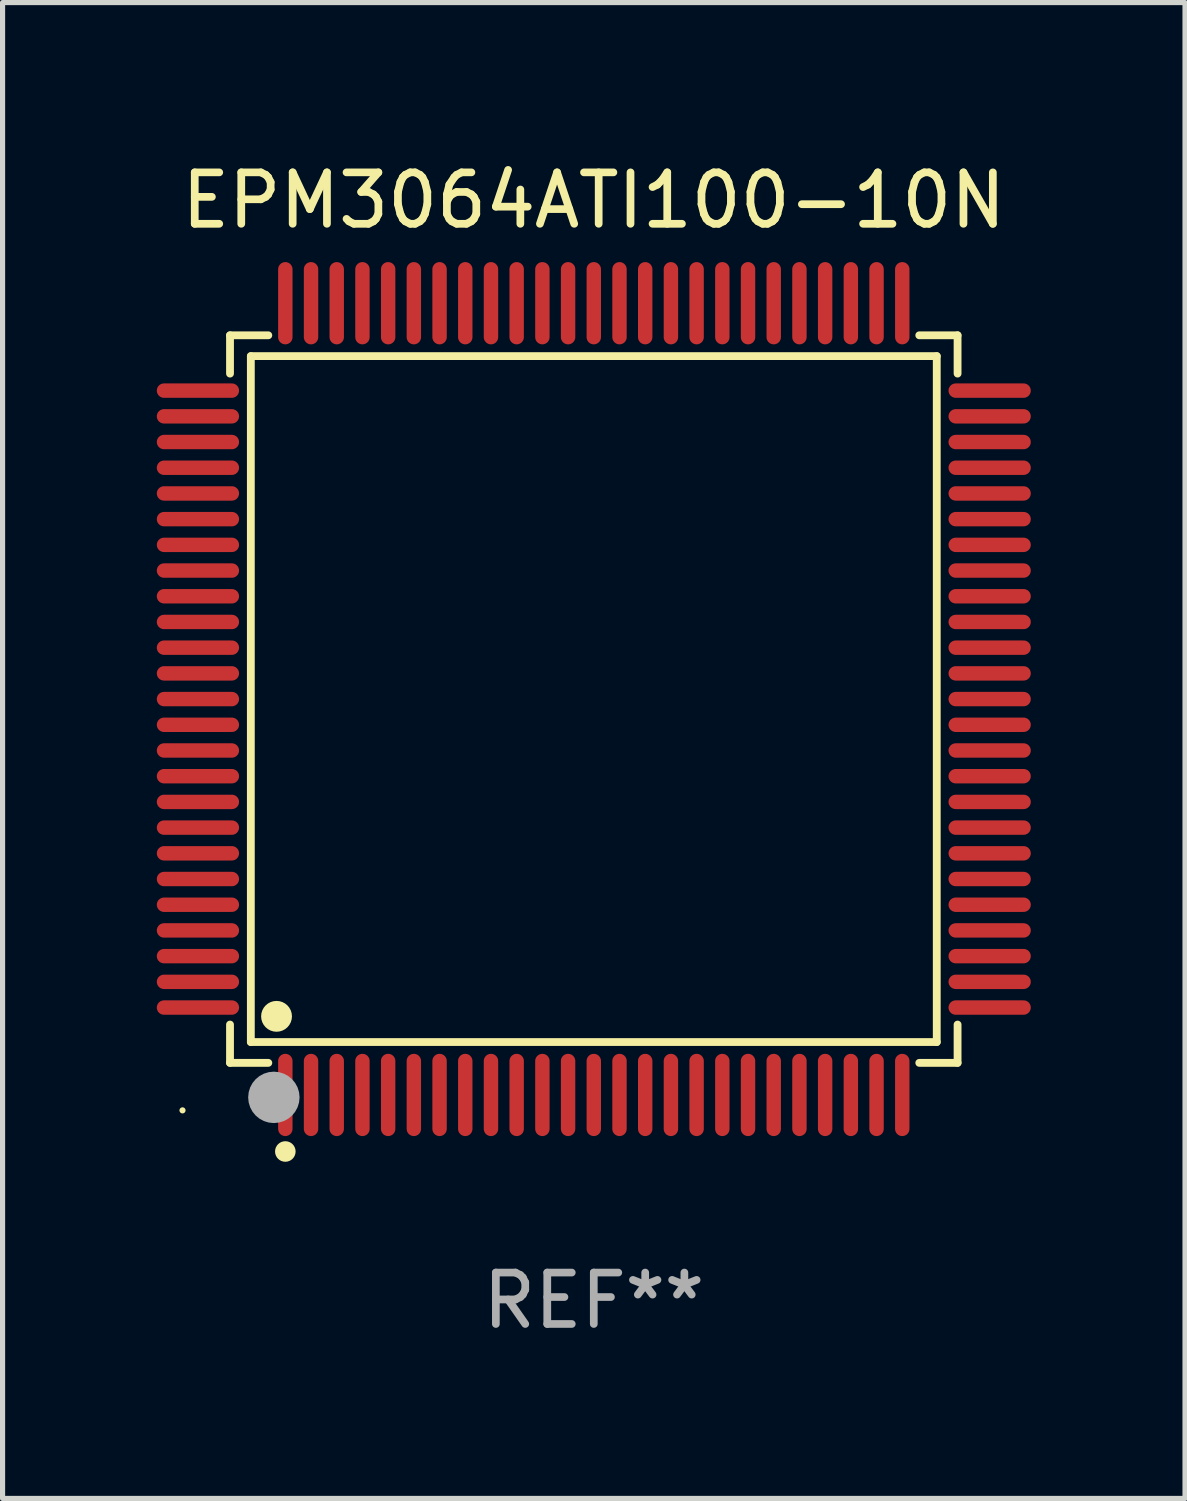
<source format=kicad_pcb>
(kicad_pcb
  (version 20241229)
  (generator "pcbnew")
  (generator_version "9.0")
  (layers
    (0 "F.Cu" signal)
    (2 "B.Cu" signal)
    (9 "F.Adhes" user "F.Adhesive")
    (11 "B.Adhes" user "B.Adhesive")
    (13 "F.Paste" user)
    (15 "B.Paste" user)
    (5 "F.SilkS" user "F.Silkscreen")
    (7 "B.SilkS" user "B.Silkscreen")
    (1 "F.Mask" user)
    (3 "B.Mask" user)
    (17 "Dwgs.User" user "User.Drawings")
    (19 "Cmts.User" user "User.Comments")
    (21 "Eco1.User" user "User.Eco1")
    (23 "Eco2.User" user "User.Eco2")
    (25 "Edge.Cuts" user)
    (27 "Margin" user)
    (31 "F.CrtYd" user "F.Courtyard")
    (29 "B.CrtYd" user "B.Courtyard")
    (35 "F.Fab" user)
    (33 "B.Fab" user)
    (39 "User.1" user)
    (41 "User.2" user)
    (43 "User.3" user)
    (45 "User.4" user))
  (footprint "EPM3064ATI100-10N"
    (layer "F.Cu")
    (at 8.5 10.548)
    (property "Reference" "EPM3064ATI100-10N" (at 0 -9.7 0) (layer "F.SilkS") (effects (font (size 1 1) (thickness 0.15))))
    (attr through_hole)
    (fp_line (start -7.076 -7.076) (end -6.331 -7.076) (stroke (width 0.152) (type solid)) (layer "F.SilkS"))
    (fp_line (start -7.076 -6.331) (end -7.076 -7.076) (stroke (width 0.152) (type solid)) (layer "F.SilkS"))
    (fp_line (start -7.076 6.331) (end -7.076 7.076) (stroke (width 0.152) (type solid)) (layer "F.SilkS"))
    (fp_line (start -7.076 7.076) (end -6.331 7.076) (stroke (width 0.152) (type solid)) (layer "F.SilkS"))
    (fp_line (start -6.671 -6.671) (end 6.671 -6.671) (stroke (width 0.152) (type solid)) (layer "F.SilkS"))
    (fp_line (start -6.671 6.671) (end -6.671 -6.671) (stroke (width 0.152) (type solid)) (layer "F.SilkS"))
    (fp_line (start 6.671 -6.671) (end 6.671 6.671) (stroke (width 0.152) (type solid)) (layer "F.SilkS"))
    (fp_line (start 6.671 6.671) (end -6.671 6.671) (stroke (width 0.152) (type solid)) (layer "F.SilkS"))
    (fp_line (start 7.076 -7.076) (end 6.331 -7.076) (stroke (width 0.152) (type solid)) (layer "F.SilkS"))
    (fp_line (start 7.076 -6.331) (end 7.076 -7.076) (stroke (width 0.152) (type solid)) (layer "F.SilkS"))
    (fp_line (start 7.076 6.331) (end 7.076 7.076) (stroke (width 0.152) (type solid)) (layer "F.SilkS"))
    (fp_line (start 7.076 7.076) (end 6.331 7.076) (stroke (width 0.152) (type solid)) (layer "F.SilkS"))
    (fp_circle (center -8 8) (end -7.97 8) (stroke (width 0.06) (type solid)) (fill no) (layer "F.SilkS"))
    (fp_circle (center -6.171 6.171) (end -6.021 6.171) (stroke (width 0.3) (type solid)) (fill no) (layer "F.SilkS"))
    (fp_circle (center -6 8.8) (end -5.9 8.8) (stroke (width 0.2) (type solid)) (fill no) (layer "F.SilkS"))
    (fp_circle (center -6.223 7.747) (end -5.973 7.747) (stroke (width 0.5) (type solid)) (fill no) (layer "F.Fab"))
    (fp_text user "REF**" (at 0 11.7 0) (layer "F.Fab") (effects (font (size 1 1) (thickness 0.15))))
    (pad "1" smd oval (at -6 7.7) (size 0.28 1.6) (layers "F.Cu" "F.Mask" "F.Paste"))
    (pad "2" smd oval (at -5.5 7.7) (size 0.28 1.6) (layers "F.Cu" "F.Mask" "F.Paste"))
    (pad "3" smd oval (at -5 7.7) (size 0.28 1.6) (layers "F.Cu" "F.Mask" "F.Paste"))
    (pad "4" smd oval (at -4.5 7.7) (size 0.28 1.6) (layers "F.Cu" "F.Mask" "F.Paste"))
    (pad "5" smd oval (at -4 7.7) (size 0.28 1.6) (layers "F.Cu" "F.Mask" "F.Paste"))
    (pad "6" smd oval (at -3.5 7.7) (size 0.28 1.6) (layers "F.Cu" "F.Mask" "F.Paste"))
    (pad "7" smd oval (at -3 7.7) (size 0.28 1.6) (layers "F.Cu" "F.Mask" "F.Paste"))
    (pad "8" smd oval (at -2.5 7.7) (size 0.28 1.6) (layers "F.Cu" "F.Mask" "F.Paste"))
    (pad "9" smd oval (at -2 7.7) (size 0.28 1.6) (layers "F.Cu" "F.Mask" "F.Paste"))
    (pad "10" smd oval (at -1.5 7.7) (size 0.28 1.6) (layers "F.Cu" "F.Mask" "F.Paste"))
    (pad "11" smd oval (at -1 7.7) (size 0.28 1.6) (layers "F.Cu" "F.Mask" "F.Paste"))
    (pad "12" smd oval (at -0.5 7.7) (size 0.28 1.6) (layers "F.Cu" "F.Mask" "F.Paste"))
    (pad "13" smd oval (at 0 7.7) (size 0.28 1.6) (layers "F.Cu" "F.Mask" "F.Paste"))
    (pad "14" smd oval (at 0.5 7.7) (size 0.28 1.6) (layers "F.Cu" "F.Mask" "F.Paste"))
    (pad "15" smd oval (at 1 7.7) (size 0.28 1.6) (layers "F.Cu" "F.Mask" "F.Paste"))
    (pad "16" smd oval (at 1.5 7.7) (size 0.28 1.6) (layers "F.Cu" "F.Mask" "F.Paste"))
    (pad "17" smd oval (at 2 7.7) (size 0.28 1.6) (layers "F.Cu" "F.Mask" "F.Paste"))
    (pad "18" smd oval (at 2.5 7.7) (size 0.28 1.6) (layers "F.Cu" "F.Mask" "F.Paste"))
    (pad "19" smd oval (at 3 7.7) (size 0.28 1.6) (layers "F.Cu" "F.Mask" "F.Paste"))
    (pad "20" smd oval (at 3.5 7.7) (size 0.28 1.6) (layers "F.Cu" "F.Mask" "F.Paste"))
    (pad "21" smd oval (at 4 7.7) (size 0.28 1.6) (layers "F.Cu" "F.Mask" "F.Paste"))
    (pad "22" smd oval (at 4.5 7.7) (size 0.28 1.6) (layers "F.Cu" "F.Mask" "F.Paste"))
    (pad "23" smd oval (at 5 7.7) (size 0.28 1.6) (layers "F.Cu" "F.Mask" "F.Paste"))
    (pad "24" smd oval (at 5.5 7.7) (size 0.28 1.6) (layers "F.Cu" "F.Mask" "F.Paste"))
    (pad "25" smd oval (at 6 7.7) (size 0.28 1.6) (layers "F.Cu" "F.Mask" "F.Paste"))
    (pad "26" smd oval (at 7.7 6) (size 1.6 0.28) (layers "F.Cu" "F.Mask" "F.Paste"))
    (pad "27" smd oval (at 7.7 5.5) (size 1.6 0.28) (layers "F.Cu" "F.Mask" "F.Paste"))
    (pad "28" smd oval (at 7.7 5) (size 1.6 0.28) (layers "F.Cu" "F.Mask" "F.Paste"))
    (pad "29" smd oval (at 7.7 4.5) (size 1.6 0.28) (layers "F.Cu" "F.Mask" "F.Paste"))
    (pad "30" smd oval (at 7.7 4) (size 1.6 0.28) (layers "F.Cu" "F.Mask" "F.Paste"))
    (pad "31" smd oval (at 7.7 3.5) (size 1.6 0.28) (layers "F.Cu" "F.Mask" "F.Paste"))
    (pad "32" smd oval (at 7.7 3) (size 1.6 0.28) (layers "F.Cu" "F.Mask" "F.Paste"))
    (pad "33" smd oval (at 7.7 2.5) (size 1.6 0.28) (layers "F.Cu" "F.Mask" "F.Paste"))
    (pad "34" smd oval (at 7.7 2) (size 1.6 0.28) (layers "F.Cu" "F.Mask" "F.Paste"))
    (pad "35" smd oval (at 7.7 1.5) (size 1.6 0.28) (layers "F.Cu" "F.Mask" "F.Paste"))
    (pad "36" smd oval (at 7.7 1) (size 1.6 0.28) (layers "F.Cu" "F.Mask" "F.Paste"))
    (pad "37" smd oval (at 7.7 0.5) (size 1.6 0.28) (layers "F.Cu" "F.Mask" "F.Paste"))
    (pad "38" smd oval (at 7.7 0) (size 1.6 0.28) (layers "F.Cu" "F.Mask" "F.Paste"))
    (pad "39" smd oval (at 7.7 -0.5) (size 1.6 0.28) (layers "F.Cu" "F.Mask" "F.Paste"))
    (pad "40" smd oval (at 7.7 -1) (size 1.6 0.28) (layers "F.Cu" "F.Mask" "F.Paste"))
    (pad "41" smd oval (at 7.7 -1.5) (size 1.6 0.28) (layers "F.Cu" "F.Mask" "F.Paste"))
    (pad "42" smd oval (at 7.7 -2) (size 1.6 0.28) (layers "F.Cu" "F.Mask" "F.Paste"))
    (pad "43" smd oval (at 7.7 -2.5) (size 1.6 0.28) (layers "F.Cu" "F.Mask" "F.Paste"))
    (pad "44" smd oval (at 7.7 -3) (size 1.6 0.28) (layers "F.Cu" "F.Mask" "F.Paste"))
    (pad "45" smd oval (at 7.7 -3.5) (size 1.6 0.28) (layers "F.Cu" "F.Mask" "F.Paste"))
    (pad "46" smd oval (at 7.7 -4) (size 1.6 0.28) (layers "F.Cu" "F.Mask" "F.Paste"))
    (pad "47" smd oval (at 7.7 -4.5) (size 1.6 0.28) (layers "F.Cu" "F.Mask" "F.Paste"))
    (pad "48" smd oval (at 7.7 -5) (size 1.6 0.28) (layers "F.Cu" "F.Mask" "F.Paste"))
    (pad "49" smd oval (at 7.7 -5.5) (size 1.6 0.28) (layers "F.Cu" "F.Mask" "F.Paste"))
    (pad "50" smd oval (at 7.7 -6) (size 1.6 0.28) (layers "F.Cu" "F.Mask" "F.Paste"))
    (pad "51" smd oval (at 6 -7.7) (size 0.28 1.6) (layers "F.Cu" "F.Mask" "F.Paste"))
    (pad "52" smd oval (at 5.5 -7.7) (size 0.28 1.6) (layers "F.Cu" "F.Mask" "F.Paste"))
    (pad "53" smd oval (at 5 -7.7) (size 0.28 1.6) (layers "F.Cu" "F.Mask" "F.Paste"))
    (pad "54" smd oval (at 4.5 -7.7) (size 0.28 1.6) (layers "F.Cu" "F.Mask" "F.Paste"))
    (pad "55" smd oval (at 4 -7.7) (size 0.28 1.6) (layers "F.Cu" "F.Mask" "F.Paste"))
    (pad "56" smd oval (at 3.5 -7.7) (size 0.28 1.6) (layers "F.Cu" "F.Mask" "F.Paste"))
    (pad "57" smd oval (at 3 -7.7) (size 0.28 1.6) (layers "F.Cu" "F.Mask" "F.Paste"))
    (pad "58" smd oval (at 2.5 -7.7) (size 0.28 1.6) (layers "F.Cu" "F.Mask" "F.Paste"))
    (pad "59" smd oval (at 2 -7.7) (size 0.28 1.6) (layers "F.Cu" "F.Mask" "F.Paste"))
    (pad "60" smd oval (at 1.5 -7.7) (size 0.28 1.6) (layers "F.Cu" "F.Mask" "F.Paste"))
    (pad "61" smd oval (at 1 -7.7) (size 0.28 1.6) (layers "F.Cu" "F.Mask" "F.Paste"))
    (pad "62" smd oval (at 0.5 -7.7) (size 0.28 1.6) (layers "F.Cu" "F.Mask" "F.Paste"))
    (pad "63" smd oval (at 0 -7.7) (size 0.28 1.6) (layers "F.Cu" "F.Mask" "F.Paste"))
    (pad "64" smd oval (at -0.5 -7.7) (size 0.28 1.6) (layers "F.Cu" "F.Mask" "F.Paste"))
    (pad "65" smd oval (at -1 -7.7) (size 0.28 1.6) (layers "F.Cu" "F.Mask" "F.Paste"))
    (pad "66" smd oval (at -1.5 -7.7) (size 0.28 1.6) (layers "F.Cu" "F.Mask" "F.Paste"))
    (pad "67" smd oval (at -2 -7.7) (size 0.28 1.6) (layers "F.Cu" "F.Mask" "F.Paste"))
    (pad "68" smd oval (at -2.5 -7.7) (size 0.28 1.6) (layers "F.Cu" "F.Mask" "F.Paste"))
    (pad "69" smd oval (at -3 -7.7) (size 0.28 1.6) (layers "F.Cu" "F.Mask" "F.Paste"))
    (pad "70" smd oval (at -3.5 -7.7) (size 0.28 1.6) (layers "F.Cu" "F.Mask" "F.Paste"))
    (pad "71" smd oval (at -4 -7.7) (size 0.28 1.6) (layers "F.Cu" "F.Mask" "F.Paste"))
    (pad "72" smd oval (at -4.5 -7.7) (size 0.28 1.6) (layers "F.Cu" "F.Mask" "F.Paste"))
    (pad "73" smd oval (at -5 -7.7) (size 0.28 1.6) (layers "F.Cu" "F.Mask" "F.Paste"))
    (pad "74" smd oval (at -5.5 -7.7) (size 0.28 1.6) (layers "F.Cu" "F.Mask" "F.Paste"))
    (pad "75" smd oval (at -6 -7.7) (size 0.28 1.6) (layers "F.Cu" "F.Mask" "F.Paste"))
    (pad "76" smd oval (at -7.7 -6) (size 1.6 0.28) (layers "F.Cu" "F.Mask" "F.Paste"))
    (pad "77" smd oval (at -7.7 -5.5) (size 1.6 0.28) (layers "F.Cu" "F.Mask" "F.Paste"))
    (pad "78" smd oval (at -7.7 -5) (size 1.6 0.28) (layers "F.Cu" "F.Mask" "F.Paste"))
    (pad "79" smd oval (at -7.7 -4.5) (size 1.6 0.28) (layers "F.Cu" "F.Mask" "F.Paste"))
    (pad "80" smd oval (at -7.7 -4) (size 1.6 0.28) (layers "F.Cu" "F.Mask" "F.Paste"))
    (pad "81" smd oval (at -7.7 -3.5) (size 1.6 0.28) (layers "F.Cu" "F.Mask" "F.Paste"))
    (pad "82" smd oval (at -7.7 -3) (size 1.6 0.28) (layers "F.Cu" "F.Mask" "F.Paste"))
    (pad "83" smd oval (at -7.7 -2.5) (size 1.6 0.28) (layers "F.Cu" "F.Mask" "F.Paste"))
    (pad "84" smd oval (at -7.7 -2) (size 1.6 0.28) (layers "F.Cu" "F.Mask" "F.Paste"))
    (pad "85" smd oval (at -7.7 -1.5) (size 1.6 0.28) (layers "F.Cu" "F.Mask" "F.Paste"))
    (pad "86" smd oval (at -7.7 -1) (size 1.6 0.28) (layers "F.Cu" "F.Mask" "F.Paste"))
    (pad "87" smd oval (at -7.7 -0.5) (size 1.6 0.28) (layers "F.Cu" "F.Mask" "F.Paste"))
    (pad "88" smd oval (at -7.7 0) (size 1.6 0.28) (layers "F.Cu" "F.Mask" "F.Paste"))
    (pad "89" smd oval (at -7.7 0.5) (size 1.6 0.28) (layers "F.Cu" "F.Mask" "F.Paste"))
    (pad "90" smd oval (at -7.7 1) (size 1.6 0.28) (layers "F.Cu" "F.Mask" "F.Paste"))
    (pad "91" smd oval (at -7.7 1.5) (size 1.6 0.28) (layers "F.Cu" "F.Mask" "F.Paste"))
    (pad "92" smd oval (at -7.7 2) (size 1.6 0.28) (layers "F.Cu" "F.Mask" "F.Paste"))
    (pad "93" smd oval (at -7.7 2.5) (size 1.6 0.28) (layers "F.Cu" "F.Mask" "F.Paste"))
    (pad "94" smd oval (at -7.7 3) (size 1.6 0.28) (layers "F.Cu" "F.Mask" "F.Paste"))
    (pad "95" smd oval (at -7.7 3.5) (size 1.6 0.28) (layers "F.Cu" "F.Mask" "F.Paste"))
    (pad "96" smd oval (at -7.7 4) (size 1.6 0.28) (layers "F.Cu" "F.Mask" "F.Paste"))
    (pad "97" smd oval (at -7.7 4.5) (size 1.6 0.28) (layers "F.Cu" "F.Mask" "F.Paste"))
    (pad "98" smd oval (at -7.7 5) (size 1.6 0.28) (layers "F.Cu" "F.Mask" "F.Paste"))
    (pad "99" smd oval (at -7.7 5.5) (size 1.6 0.28) (layers "F.Cu" "F.Mask" "F.Paste"))
    (pad "100" smd oval (at -7.7 6) (size 1.6 0.28) (layers "F.Cu" "F.Mask" "F.Paste")))
  (gr_rect
    (start -3 -3)
    (end 20 26.097)
    (stroke (width 0.1) (type default))
    (fill no)
    (layer "Edge.Cuts")))
</source>
